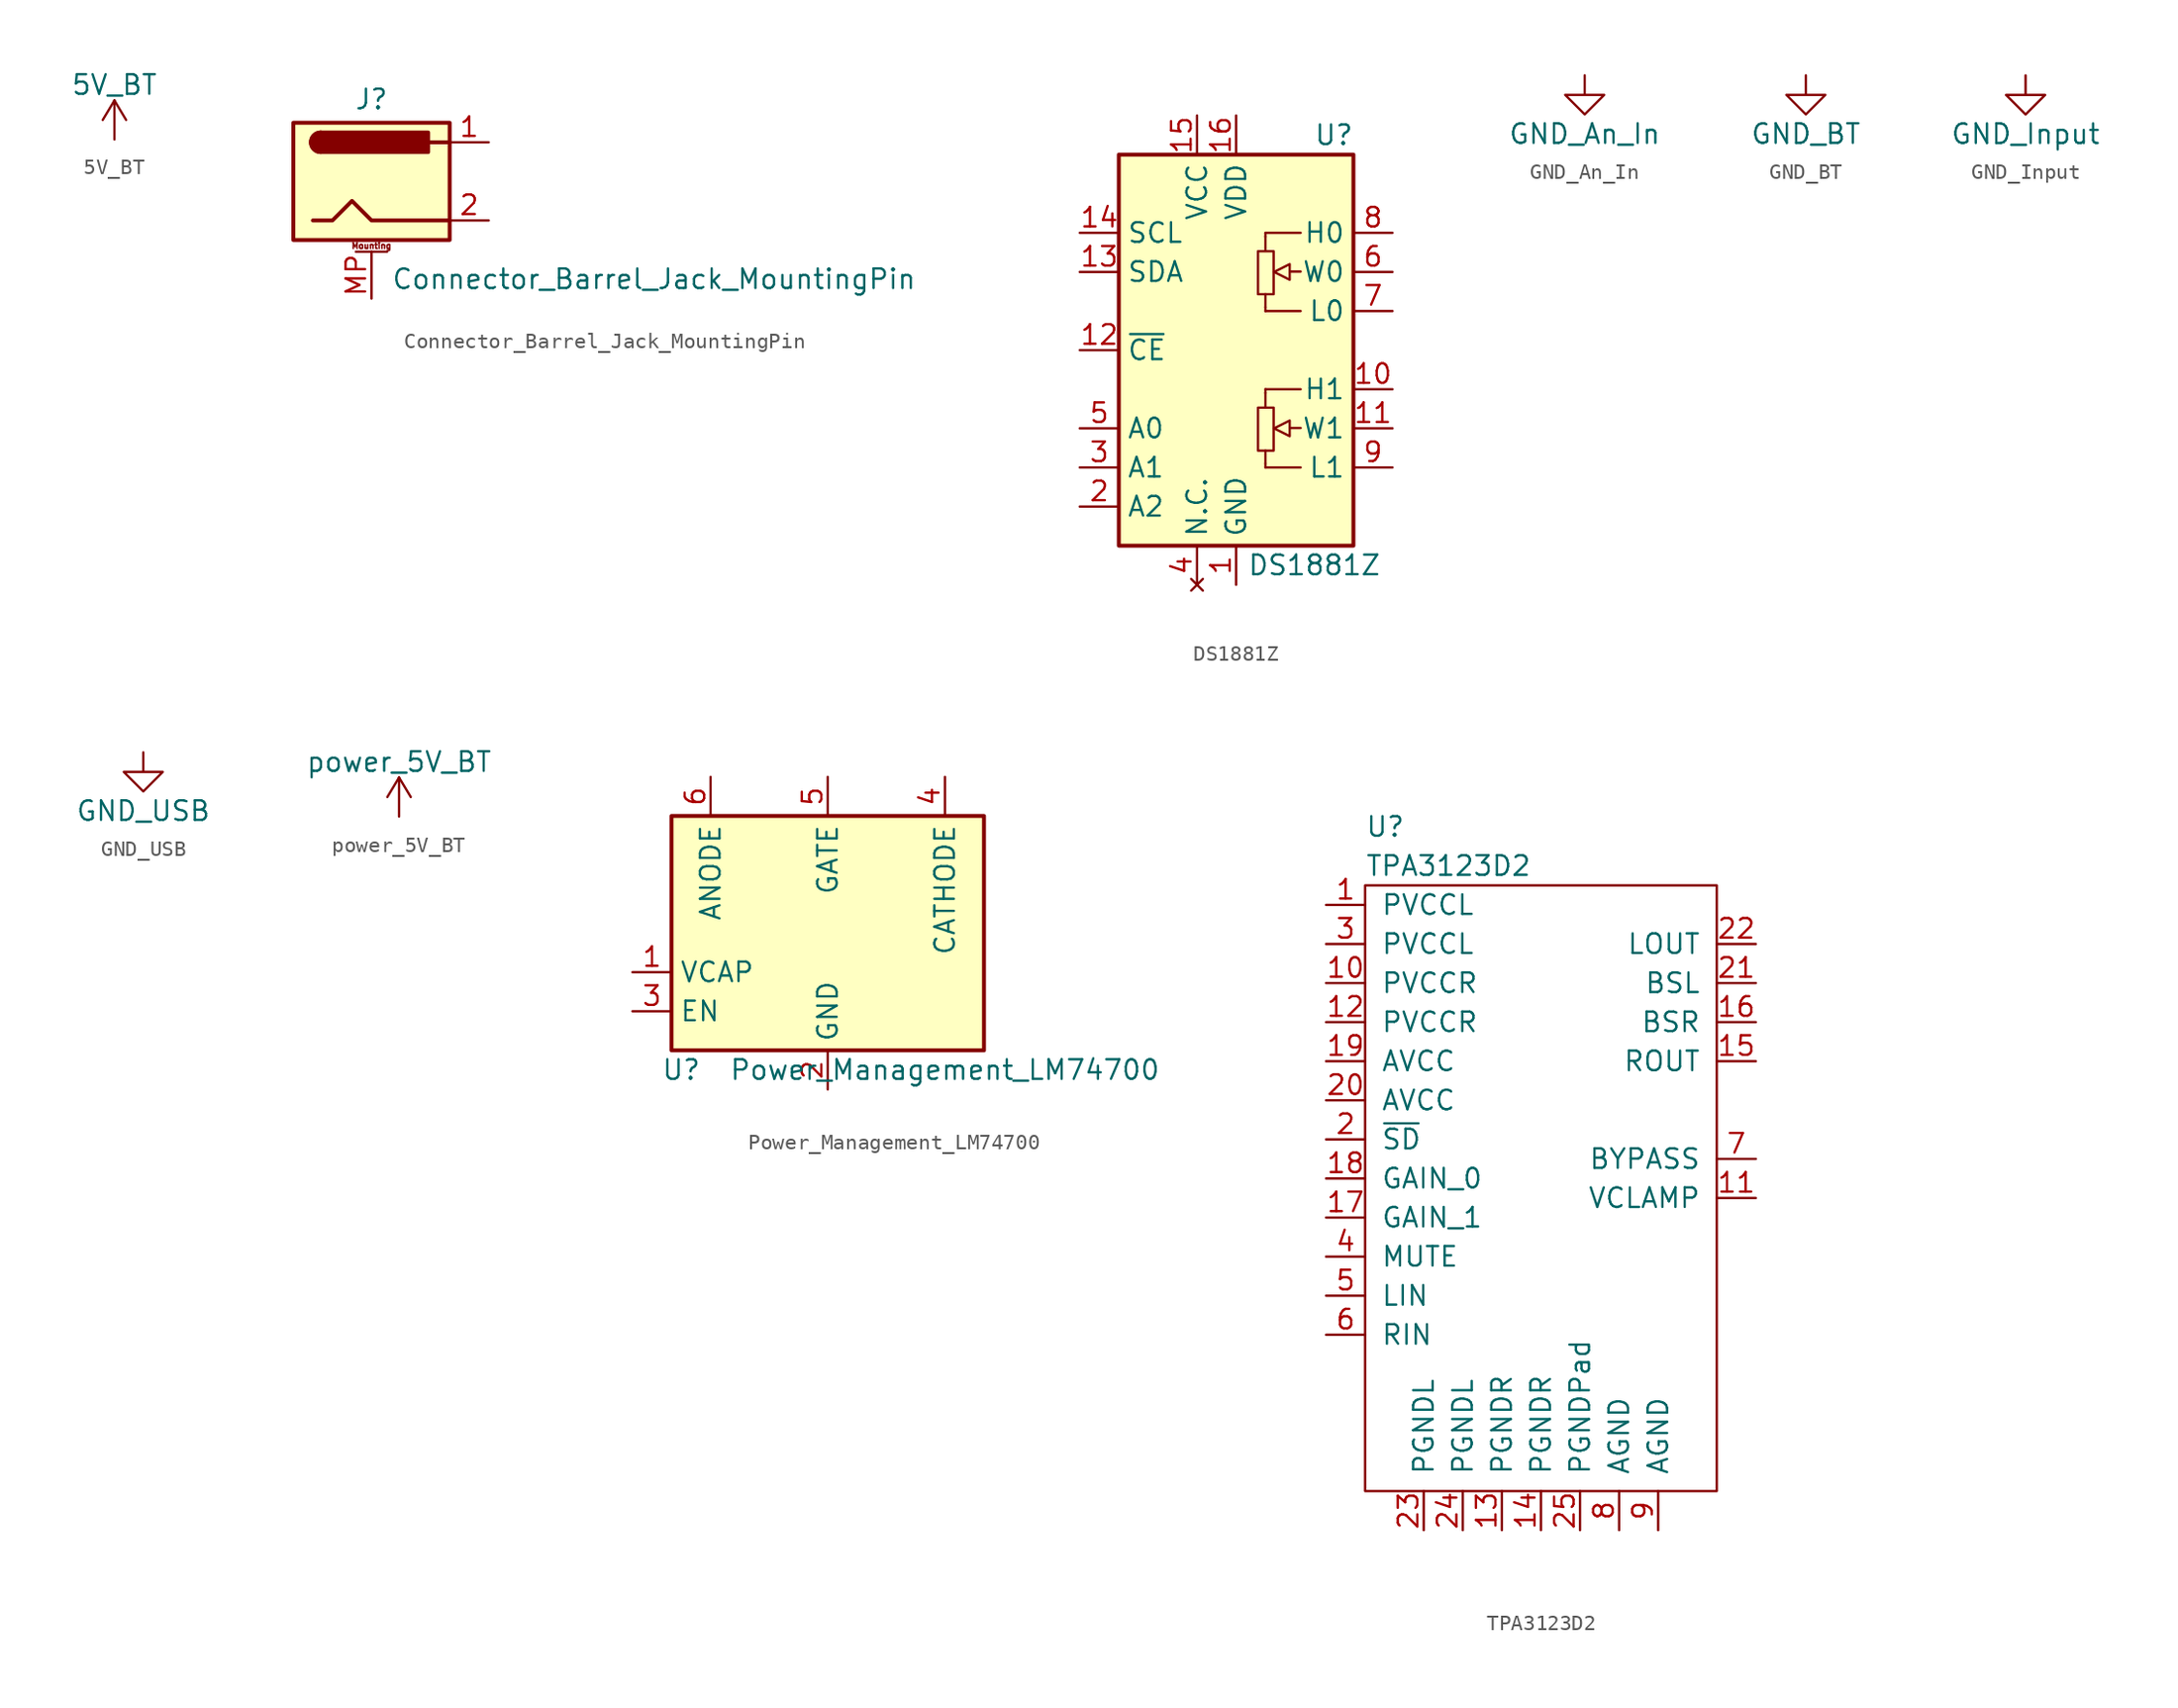
<source format=kicad_sym>
(kicad_symbol_lib
  (version 20211014)
  (generator kicad_symbol_editor)
  (symbol "5V_BT"
    (power)
    (pin_names
      (offset 0))
    (property "Reference" "#PWR"
      (at 0 -3.81 0)
      (effects (font (size 1.27 1.27)) hide))
    (property "Value" "5V_BT"
      (at 0 3.556 0)
      (effects (font (size 1.27 1.27))))
    (symbol "5V_BT_0_1"
      (polyline (pts (xy -0.762 1.27) (xy 0 2.54)) (stroke (width 0) (type default) (color 0 0 0 0)) (fill (type none)))
      (polyline (pts (xy 0 0) (xy 0 2.54)) (stroke (width 0) (type default) (color 0 0 0 0)) (fill (type none)))
      (polyline (pts (xy 0 2.54) (xy 0.762 1.27)) (stroke (width 0) (type default) (color 0 0 0 0)) (fill (type none))))
    (symbol "5V_BT_1_1"
      (pin power_in line (at 0 0 90) (length 0) hide (name "5V_BT" (effects (font (size 1.27 1.27)))) (number "1" (effects (font (size 1.27 1.27)))))))
  (symbol "Connector_Barrel_Jack_MountingPin"
    (pin_names hide)
    (property "Reference" "J"
      (at 0 5.334 0)
      (effects (font (size 1.27 1.27))))
    (property "Value" "Connector_Barrel_Jack_MountingPin"
      (at 1.27 -6.35 0)
      (effects (font (size 1.27 1.27)) (justify left)))
    (symbol "Connector_Barrel_Jack_MountingPin_0_1"
      (rectangle (start -5.08 3.81) (end 5.08 -3.81) (stroke (width 0.254) (type default) (color 0 0 0 0)) (fill (type background)))
      (arc (start -3.302 3.175) (mid -3.937 2.54) (end -3.302 1.905) (stroke (width 0.254) (type default) (color 0 0 0 0)) (fill (type none)))
      (arc (start -3.302 3.175) (mid -3.937 2.54) (end -3.302 1.905) (stroke (width 0.254) (type default) (color 0 0 0 0)) (fill (type outline)))
      (polyline (pts (xy 5.08 2.54) (xy 3.81 2.54)) (stroke (width 0.254) (type default) (color 0 0 0 0)) (fill (type none)))
      (polyline (pts (xy -3.81 -2.54) (xy -2.54 -2.54) (xy -1.27 -1.27) (xy 0 -2.54) (xy 2.54 -2.54) (xy 5.08 -2.54)) (stroke (width 0.254) (type default) (color 0 0 0 0)) (fill (type none)))
      (rectangle (start 3.683 3.175) (end -3.302 1.905) (stroke (width 0.254) (type default) (color 0 0 0 0)) (fill (type outline))))
    (symbol "Connector_Barrel_Jack_MountingPin_1_1"
      (polyline (pts (xy -1.016 -4.572) (xy 1.016 -4.572)) (stroke (width 0.152) (type default) (color 0 0 0 0)) (fill (type none)))
      (text "Mounting" (at 0 -4.191 0) (effects (font (size 0.381 0.381))))
      (pin passive line (at 7.62 2.54 180) (length 2.54) (name "~" (effects (font (size 1.27 1.27)))) (number "1" (effects (font (size 1.27 1.27)))))
      (pin passive line (at 7.62 -2.54 180) (length 2.54) (name "~" (effects (font (size 1.27 1.27)))) (number "2" (effects (font (size 1.27 1.27)))))
      (pin passive line (at 0 -7.62 90) (length 3.048) (name "MountPin" (effects (font (size 1.27 1.27)))) (number "MP" (effects (font (size 1.27 1.27)))))))
  (symbol "DS1881Z"
    (property "Reference" "U"
      (at 6.35 13.97 0)
      (effects (font (size 1.27 1.27))))
    (property "Value" "DS1881Z"
      (at 5.08 -13.97 0)
      (effects (font (size 1.27 1.27))))
    (symbol "DS1881Z_0_1"
      (rectangle (start -7.62 12.7) (end 7.62 -12.7) (stroke (width 0.254) (type default) (color 0 0 0 0)) (fill (type background))))
    (symbol "DS1881Z_1_1"
      (polyline (pts (xy 1.905 -7.366) (xy 1.905 -6.528)) (stroke (width 0) (type default) (color 0 0 0 0)) (fill (type none)))
      (polyline (pts (xy 1.905 -2.769) (xy 1.905 -3.708)) (stroke (width 0) (type default) (color 0 0 0 0)) (fill (type none)))
      (polyline (pts (xy 1.905 2.794) (xy 1.905 3.632)) (stroke (width 0) (type default) (color 0 0 0 0)) (fill (type none)))
      (polyline (pts (xy 1.905 7.391) (xy 1.905 6.452)) (stroke (width 0) (type default) (color 0 0 0 0)) (fill (type none)))
      (polyline (pts (xy 3.48 -5.055) (xy 4.191 -5.055)) (stroke (width 0) (type default) (color 0 0 0 0)) (fill (type none)))
      (polyline (pts (xy 3.48 5.105) (xy 4.191 5.105)) (stroke (width 0) (type default) (color 0 0 0 0)) (fill (type none)))
      (polyline (pts (xy 1.905 -7.62) (xy 1.905 -7.366) (xy 1.905 -7.366)) (stroke (width 0) (type default) (color 0 0 0 0)) (fill (type background)))
      (polyline (pts (xy 1.905 -7.62) (xy 4.191 -7.62) (xy 4.191 -7.62)) (stroke (width 0) (type default) (color 0 0 0 0)) (fill (type background)))
      (polyline (pts (xy 1.905 -2.54) (xy 1.905 -2.794) (xy 1.905 -2.794)) (stroke (width 0) (type default) (color 0 0 0 0)) (fill (type none)))
      (polyline (pts (xy 1.905 -2.54) (xy 4.191 -2.54) (xy 4.191 -2.54)) (stroke (width 0) (type default) (color 0 0 0 0)) (fill (type background)))
      (polyline (pts (xy 1.905 2.54) (xy 1.905 2.794) (xy 1.905 2.794)) (stroke (width 0) (type default) (color 0 0 0 0)) (fill (type background)))
      (polyline (pts (xy 1.905 2.54) (xy 4.191 2.54) (xy 4.191 2.54)) (stroke (width 0) (type default) (color 0 0 0 0)) (fill (type background)))
      (polyline (pts (xy 1.905 7.62) (xy 1.905 7.366) (xy 1.905 7.366)) (stroke (width 0) (type default) (color 0 0 0 0)) (fill (type none)))
      (polyline (pts (xy 1.905 7.62) (xy 4.191 7.62) (xy 4.191 7.62)) (stroke (width 0) (type default) (color 0 0 0 0)) (fill (type background)))
      (polyline (pts (xy 3.48 -4.572) (xy 3.48 -5.588) (xy 2.464 -5.08) (xy 3.48 -4.572) (xy 3.48 -4.572)) (stroke (width 0) (type default) (color 0 0 0 0)) (fill (type background)))
      (polyline (pts (xy 3.48 5.588) (xy 3.48 4.572) (xy 2.464 5.08) (xy 3.48 5.588) (xy 3.48 5.588)) (stroke (width 0) (type default) (color 0 0 0 0)) (fill (type background)))
      (rectangle (start 1.422 -3.734) (end 2.438 -6.528) (stroke (width 0) (type default) (color 0 0 0 0)) (fill (type none)))
      (rectangle (start 1.422 6.426) (end 2.438 3.632) (stroke (width 0) (type default) (color 0 0 0 0)) (fill (type none)))
      (pin power_in line (at 0 -15.24 90) (length 2.54) (name "GND" (effects (font (size 1.27 1.27)))) (number "1" (effects (font (size 1.27 1.27)))))
      (pin passive line (at 10.16 -2.54 180) (length 2.54) (name "H1" (effects (font (size 1.27 1.27)))) (number "10" (effects (font (size 1.27 1.27)))))
      (pin passive line (at 10.16 -5.08 180) (length 2.54) (name "W1" (effects (font (size 1.27 1.27)))) (number "11" (effects (font (size 1.27 1.27)))))
      (pin input line (at -10.16 0 0) (length 2.54) (name "~{CE}" (effects (font (size 1.27 1.27)))) (number "12" (effects (font (size 1.27 1.27)))))
      (pin bidirectional line (at -10.16 5.08 0) (length 2.54) (name "SDA" (effects (font (size 1.27 1.27)))) (number "13" (effects (font (size 1.27 1.27)))))
      (pin input line (at -10.16 7.62 0) (length 2.54) (name "SCL" (effects (font (size 1.27 1.27)))) (number "14" (effects (font (size 1.27 1.27)))))
      (pin power_in line (at -2.54 15.24 270) (length 2.54) (name "VCC" (effects (font (size 1.27 1.27)))) (number "15" (effects (font (size 1.27 1.27)))))
      (pin power_in line (at 0 15.24 270) (length 2.54) (name "VDD" (effects (font (size 1.27 1.27)))) (number "16" (effects (font (size 1.27 1.27)))))
      (pin input line (at -10.16 -10.16 0) (length 2.54) (name "A2" (effects (font (size 1.27 1.27)))) (number "2" (effects (font (size 1.27 1.27)))))
      (pin input line (at -10.16 -7.62 0) (length 2.54) (name "A1" (effects (font (size 1.27 1.27)))) (number "3" (effects (font (size 1.27 1.27)))))
      (pin no_connect line (at -2.54 -15.24 90) (length 2.54) (name "N.C." (effects (font (size 1.27 1.27)))) (number "4" (effects (font (size 1.27 1.27)))))
      (pin input line (at -10.16 -5.08 0) (length 2.54) (name "A0" (effects (font (size 1.27 1.27)))) (number "5" (effects (font (size 1.27 1.27)))))
      (pin passive line (at 10.16 5.08 180) (length 2.54) (name "W0" (effects (font (size 1.27 1.27)))) (number "6" (effects (font (size 1.27 1.27)))))
      (pin passive line (at 10.16 2.54 180) (length 2.54) (name "L0" (effects (font (size 1.27 1.27)))) (number "7" (effects (font (size 1.27 1.27)))))
      (pin passive line (at 10.16 7.62 180) (length 2.54) (name "H0" (effects (font (size 1.27 1.27)))) (number "8" (effects (font (size 1.27 1.27)))))
      (pin passive line (at 10.16 -7.62 180) (length 2.54) (name "L1" (effects (font (size 1.27 1.27)))) (number "9" (effects (font (size 1.27 1.27)))))))
  (symbol "GND_An_In"
    (power)
    (pin_names
      (offset 0))
    (property "Reference" "#PWR"
      (at 0 -6.35 0)
      (effects (font (size 1.27 1.27)) hide))
    (property "Value" "GND_An_In"
      (at 0 -3.81 0)
      (effects (font (size 1.27 1.27))))
    (symbol "GND_An_In_0_1"
      (polyline (pts (xy 0 0) (xy 0 -1.27) (xy 1.27 -1.27) (xy 0 -2.54) (xy -1.27 -1.27) (xy 0 -1.27)) (stroke (width 0) (type default) (color 0 0 0 0)) (fill (type none))))
    (symbol "GND_An_In_1_1"
      (pin power_in line (at 0 0 270) (length 0) hide (name "GND_An_In" (effects (font (size 1.27 1.27)))) (number "1" (effects (font (size 1.27 1.27)))))))
  (symbol "GND_BT"
    (power)
    (pin_names
      (offset 0))
    (property "Reference" "#PWR"
      (at 0 -6.35 0)
      (effects (font (size 1.27 1.27)) hide))
    (property "Value" "GND_BT"
      (at 0 -3.81 0)
      (effects (font (size 1.27 1.27))))
    (symbol "GND_BT_0_1"
      (polyline (pts (xy 0 0) (xy 0 -1.27) (xy 1.27 -1.27) (xy 0 -2.54) (xy -1.27 -1.27) (xy 0 -1.27)) (stroke (width 0) (type default) (color 0 0 0 0)) (fill (type none))))
    (symbol "GND_BT_1_1"
      (pin power_in line (at 0 0 270) (length 0) hide (name "GND_BT" (effects (font (size 1.27 1.27)))) (number "1" (effects (font (size 1.27 1.27)))))))
  (symbol "GND_Input"
    (power)
    (pin_names
      (offset 0))
    (property "Reference" "#PWR"
      (at 0 -6.35 0)
      (effects (font (size 1.27 1.27)) hide))
    (property "Value" "GND_Input"
      (at 0 -3.81 0)
      (effects (font (size 1.27 1.27))))
    (symbol "GND_Input_0_1"
      (polyline (pts (xy 0 0) (xy 0 -1.27) (xy 1.27 -1.27) (xy 0 -2.54) (xy -1.27 -1.27) (xy 0 -1.27)) (stroke (width 0) (type default) (color 0 0 0 0)) (fill (type none))))
    (symbol "GND_Input_1_1"
      (pin power_in line (at 0 0 270) (length 0) hide (name "GND_Input" (effects (font (size 1.27 1.27)))) (number "1" (effects (font (size 1.27 1.27)))))))
  (symbol "GND_USB"
    (power)
    (pin_names
      (offset 0))
    (property "Reference" "#PWR"
      (at 0 -6.35 0)
      (effects (font (size 1.27 1.27)) hide))
    (property "Value" "GND_USB"
      (at 0 -3.81 0)
      (effects (font (size 1.27 1.27))))
    (symbol "GND_USB_0_1"
      (polyline (pts (xy 0 0) (xy 0 -1.27) (xy 1.27 -1.27) (xy 0 -2.54) (xy -1.27 -1.27) (xy 0 -1.27)) (stroke (width 0) (type default) (color 0 0 0 0)) (fill (type none))))
    (symbol "GND_USB_1_1"
      (pin power_in line (at 0 0 270) (length 0) hide (name "GND_BT" (effects (font (size 1.27 1.27)))) (number "1" (effects (font (size 1.27 1.27)))))))
  (symbol "power_5V_BT"
    (power)
    (pin_names
      (offset 0))
    (property "Reference" "#PWR"
      (at 0 -3.81 0)
      (effects (font (size 1.27 1.27)) hide))
    (property "Value" "power_5V_BT"
      (at 0 3.556 0)
      (effects (font (size 1.27 1.27))))
    (symbol "power_5V_BT_0_1"
      (polyline (pts (xy -0.762 1.27) (xy 0 2.54)) (stroke (width 0) (type default) (color 0 0 0 0)) (fill (type none)))
      (polyline (pts (xy 0 0) (xy 0 2.54)) (stroke (width 0) (type default) (color 0 0 0 0)) (fill (type none)))
      (polyline (pts (xy 0 2.54) (xy 0.762 1.27)) (stroke (width 0) (type default) (color 0 0 0 0)) (fill (type none))))
    (symbol "power_5V_BT_1_1"
      (pin power_in line (at 0 0 90) (length 0) hide (name "5V_BT" (effects (font (size 1.27 1.27)))) (number "1" (effects (font (size 1.27 1.27)))))))
  (symbol "Power_Management_LM74700"
    (property "Reference" "U"
      (at -9.525 -8.89 0)
      (effects (font (size 1.27 1.27))))
    (property "Value" "Power_Management_LM74700"
      (at 7.62 -8.89 0)
      (effects (font (size 1.27 1.27))))
    (symbol "Power_Management_LM74700_0_1"
      (rectangle (start -10.16 7.62) (end 10.16 -7.62) (stroke (width 0.254) (type default) (color 0 0 0 0)) (fill (type background))))
    (symbol "Power_Management_LM74700_1_1"
      (pin passive line (at -12.7 -2.54 0) (length 2.54) (name "VCAP" (effects (font (size 1.27 1.27)))) (number "1" (effects (font (size 1.27 1.27)))))
      (pin power_in line (at 0 -10.16 90) (length 2.54) (name "GND" (effects (font (size 1.27 1.27)))) (number "2" (effects (font (size 1.27 1.27)))))
      (pin input line (at -12.7 -5.08 0) (length 2.54) (name "EN" (effects (font (size 1.27 1.27)))) (number "3" (effects (font (size 1.27 1.27)))))
      (pin input line (at 7.62 10.16 270) (length 2.54) (name "CATHODE" (effects (font (size 1.27 1.27)))) (number "4" (effects (font (size 1.27 1.27)))))
      (pin output line (at 0 10.16 270) (length 2.54) (name "GATE" (effects (font (size 1.27 1.27)))) (number "5" (effects (font (size 1.27 1.27)))))
      (pin power_in line (at -7.62 10.16 270) (length 2.54) (name "ANODE" (effects (font (size 1.27 1.27)))) (number "6" (effects (font (size 1.27 1.27)))))))
  (symbol "TPA3123D2"
    (pin_names
      (offset 1.016))
    (property "Reference" "U"
      (at -11.43 25.4 0)
      (effects (font (size 1.27 1.27)) (justify left)))
    (property "Value" "TPA3123D2"
      (at -11.43 22.86 0)
      (effects (font (size 1.27 1.27)) (justify left)))
    (symbol "TPA3123D2_0_1"
      (rectangle (start -11.43 21.59) (end 11.43 -17.78) (stroke (width 0) (type default) (color 0 0 0 0)) (fill (type none))))
    (symbol "TPA3123D2_1_1"
      (pin power_in line (at -13.97 20.32 0) (length 2.54) (name "PVCCL" (effects (font (size 1.27 1.27)))) (number "1" (effects (font (size 1.27 1.27)))))
      (pin power_in line (at -13.97 15.24 0) (length 2.54) (name "PVCCR" (effects (font (size 1.27 1.27)))) (number "10" (effects (font (size 1.27 1.27)))))
      (pin output line (at 13.97 1.27 180) (length 2.54) (name "VCLAMP" (effects (font (size 1.27 1.27)))) (number "11" (effects (font (size 1.27 1.27)))))
      (pin power_in line (at -13.97 12.7 0) (length 2.54) (name "PVCCR" (effects (font (size 1.27 1.27)))) (number "12" (effects (font (size 1.27 1.27)))))
      (pin power_in line (at -2.54 -20.32 90) (length 2.54) (name "PGNDR" (effects (font (size 1.27 1.27)))) (number "13" (effects (font (size 1.27 1.27)))))
      (pin power_in line (at 0 -20.32 90) (length 2.54) (name "PGNDR" (effects (font (size 1.27 1.27)))) (number "14" (effects (font (size 1.27 1.27)))))
      (pin output line (at 13.97 10.16 180) (length 2.54) (name "ROUT" (effects (font (size 1.27 1.27)))) (number "15" (effects (font (size 1.27 1.27)))))
      (pin output line (at 13.97 12.7 180) (length 2.54) (name "BSR" (effects (font (size 1.27 1.27)))) (number "16" (effects (font (size 1.27 1.27)))))
      (pin input line (at -13.97 0 0) (length 2.54) (name "GAIN_1" (effects (font (size 1.27 1.27)))) (number "17" (effects (font (size 1.27 1.27)))))
      (pin input line (at -13.97 2.54 0) (length 2.54) (name "GAIN_0" (effects (font (size 1.27 1.27)))) (number "18" (effects (font (size 1.27 1.27)))))
      (pin power_in line (at -13.97 10.16 0) (length 2.54) (name "AVCC" (effects (font (size 1.27 1.27)))) (number "19" (effects (font (size 1.27 1.27)))))
      (pin input line (at -13.97 5.08 0) (length 2.54) (name "~{SD}" (effects (font (size 1.27 1.27)))) (number "2" (effects (font (size 1.27 1.27)))))
      (pin power_in line (at -13.97 7.62 0) (length 2.54) (name "AVCC" (effects (font (size 1.27 1.27)))) (number "20" (effects (font (size 1.27 1.27)))))
      (pin output line (at 13.97 15.24 180) (length 2.54) (name "BSL" (effects (font (size 1.27 1.27)))) (number "21" (effects (font (size 1.27 1.27)))))
      (pin output line (at 13.97 17.78 180) (length 2.54) (name "LOUT" (effects (font (size 1.27 1.27)))) (number "22" (effects (font (size 1.27 1.27)))))
      (pin power_in line (at -7.62 -20.32 90) (length 2.54) (name "PGNDL" (effects (font (size 1.27 1.27)))) (number "23" (effects (font (size 1.27 1.27)))))
      (pin power_in line (at -5.08 -20.32 90) (length 2.54) (name "PGNDL" (effects (font (size 1.27 1.27)))) (number "24" (effects (font (size 1.27 1.27)))))
      (pin power_in line (at 2.54 -20.32 90) (length 2.54) (name "PGNDPad" (effects (font (size 1.27 1.27)))) (number "25" (effects (font (size 1.27 1.27)))))
      (pin power_in line (at -13.97 17.78 0) (length 2.54) (name "PVCCL" (effects (font (size 1.27 1.27)))) (number "3" (effects (font (size 1.27 1.27)))))
      (pin input line (at -13.97 -2.54 0) (length 2.54) (name "MUTE" (effects (font (size 1.27 1.27)))) (number "4" (effects (font (size 1.27 1.27)))))
      (pin input line (at -13.97 -5.08 0) (length 2.54) (name "LIN" (effects (font (size 1.27 1.27)))) (number "5" (effects (font (size 1.27 1.27)))))
      (pin input line (at -13.97 -7.62 0) (length 2.54) (name "RIN" (effects (font (size 1.27 1.27)))) (number "6" (effects (font (size 1.27 1.27)))))
      (pin output line (at 13.97 3.81 180) (length 2.54) (name "BYPASS" (effects (font (size 1.27 1.27)))) (number "7" (effects (font (size 1.27 1.27)))))
      (pin power_in line (at 5.08 -20.32 90) (length 2.54) (name "AGND" (effects (font (size 1.27 1.27)))) (number "8" (effects (font (size 1.27 1.27)))))
      (pin power_in line (at 7.62 -20.32 90) (length 2.54) (name "AGND" (effects (font (size 1.27 1.27)))) (number "9" (effects (font (size 1.27 1.27))))))))
</source>
